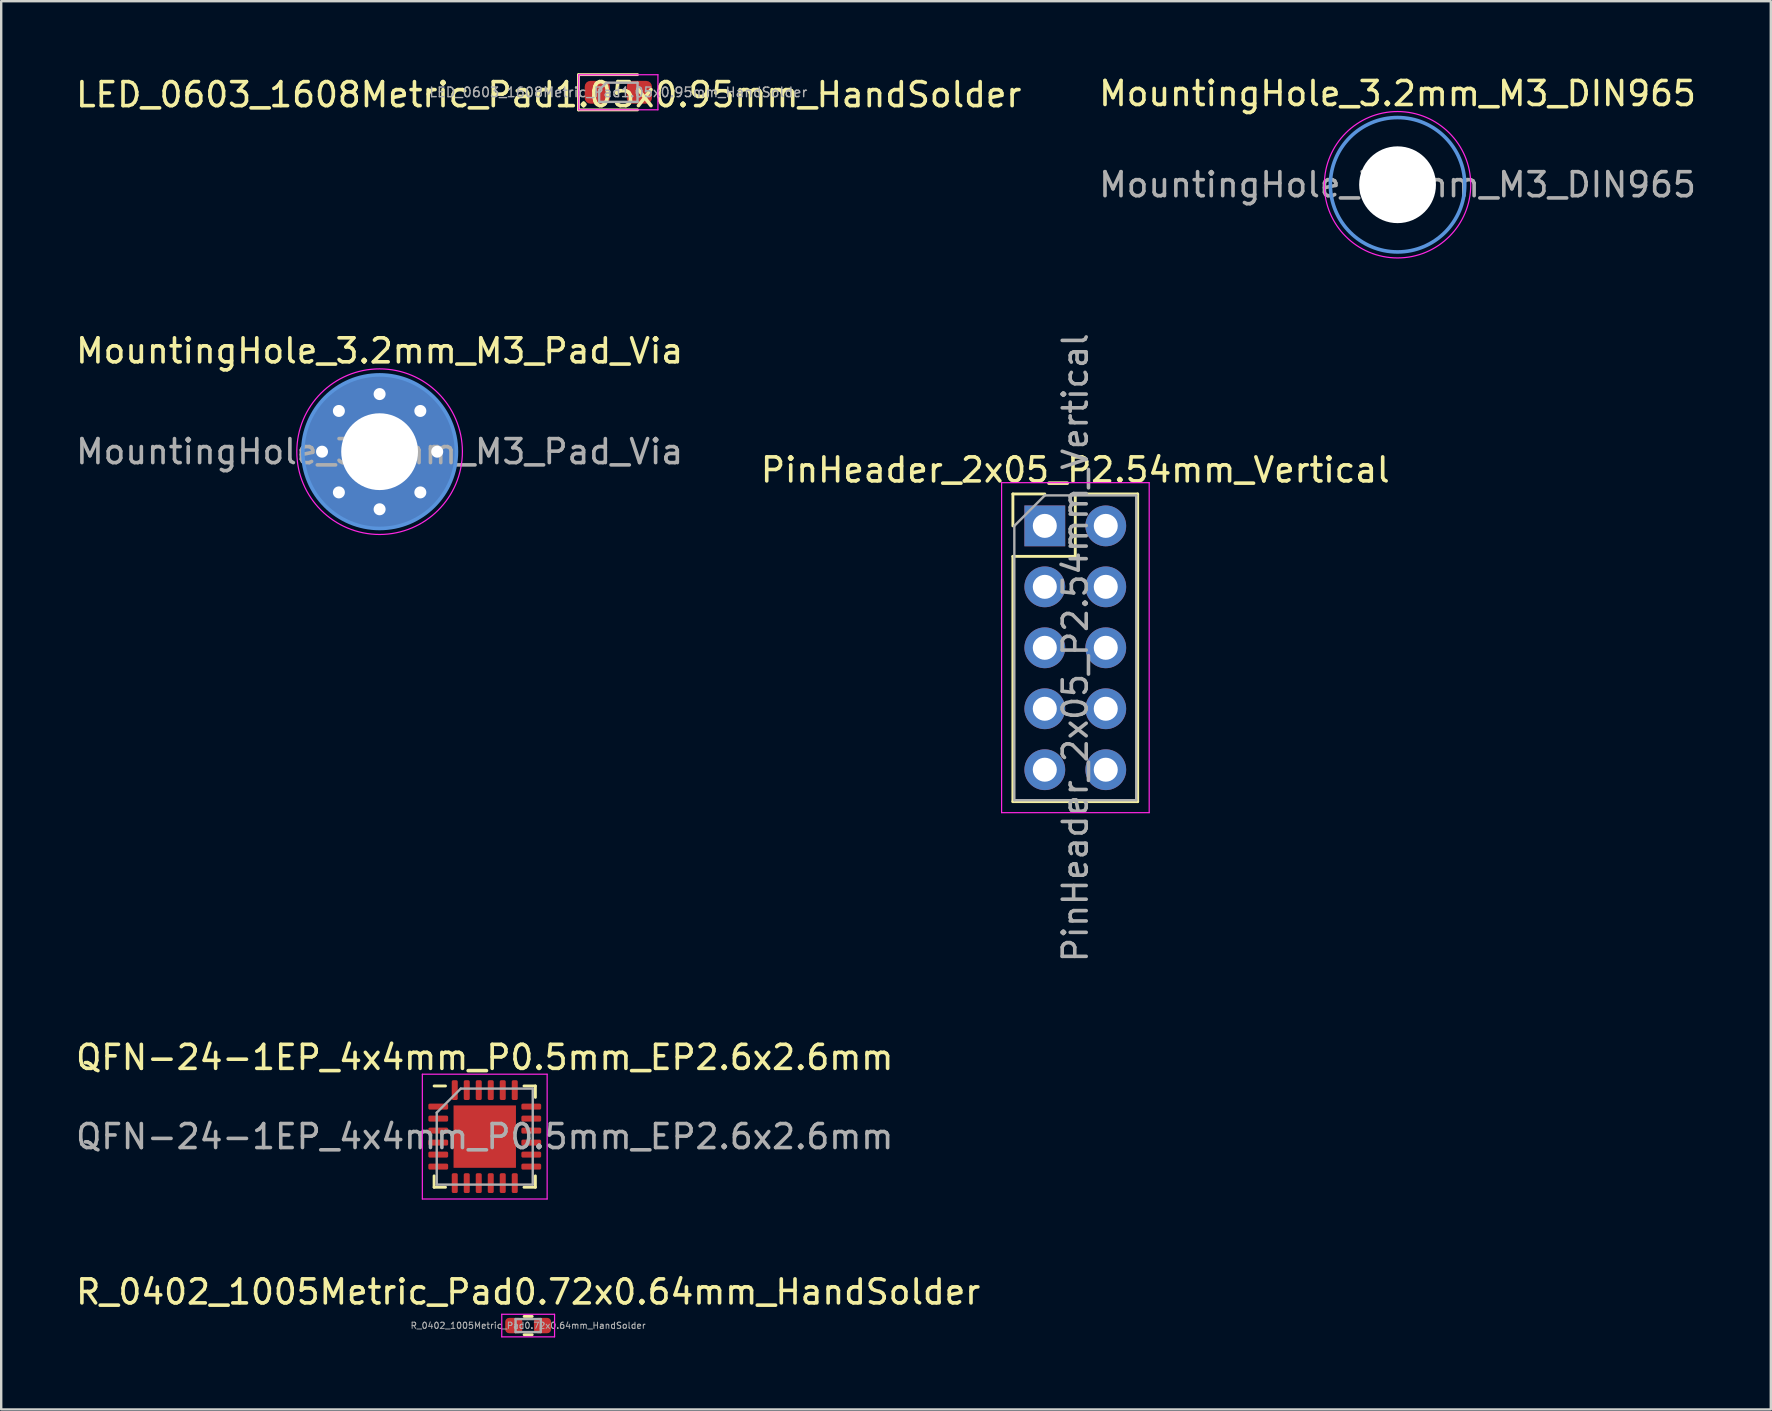
<source format=kicad_pcb>
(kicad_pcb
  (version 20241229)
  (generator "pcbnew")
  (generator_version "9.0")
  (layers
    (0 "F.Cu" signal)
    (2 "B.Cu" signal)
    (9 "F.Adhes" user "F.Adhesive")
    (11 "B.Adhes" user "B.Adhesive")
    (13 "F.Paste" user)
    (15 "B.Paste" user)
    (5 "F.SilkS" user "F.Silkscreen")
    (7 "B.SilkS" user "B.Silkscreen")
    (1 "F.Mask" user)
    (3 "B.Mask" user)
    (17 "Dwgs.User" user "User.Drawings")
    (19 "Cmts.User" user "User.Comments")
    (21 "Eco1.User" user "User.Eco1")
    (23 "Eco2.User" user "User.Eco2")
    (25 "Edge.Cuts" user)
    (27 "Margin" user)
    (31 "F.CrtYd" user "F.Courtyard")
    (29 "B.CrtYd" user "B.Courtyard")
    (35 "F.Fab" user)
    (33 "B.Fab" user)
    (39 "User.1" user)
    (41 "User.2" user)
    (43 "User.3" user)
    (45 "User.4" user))
  (footprint "QFN-24-1EP_4x4mm_P0.5mm_EP2.6x2.6mm"
    (layer "F.Cu")
    (at 17.149 44.312)
    (property "Reference" "QFN-24-1EP_4x4mm_P0.5mm_EP2.6x2.6mm" (at 0 -3.3 0) (layer "F.SilkS") (effects (font (size 1 1) (thickness 0.15))))
    (attr smd)
    (fp_line (start -2.11 2.11) (end -2.11 1.635) (stroke (width 0.12) (type solid)) (layer "F.SilkS"))
    (fp_line (start -1.635 -2.11) (end -2.11 -2.11) (stroke (width 0.12) (type solid)) (layer "F.SilkS"))
    (fp_line (start -1.635 2.11) (end -2.11 2.11) (stroke (width 0.12) (type solid)) (layer "F.SilkS"))
    (fp_line (start 1.635 -2.11) (end 2.11 -2.11) (stroke (width 0.12) (type solid)) (layer "F.SilkS"))
    (fp_line (start 1.635 2.11) (end 2.11 2.11) (stroke (width 0.12) (type solid)) (layer "F.SilkS"))
    (fp_line (start 2.11 -2.11) (end 2.11 -1.635) (stroke (width 0.12) (type solid)) (layer "F.SilkS"))
    (fp_line (start 2.11 2.11) (end 2.11 1.635) (stroke (width 0.12) (type solid)) (layer "F.SilkS"))
    (fp_line (start -2.6 -2.6) (end -2.6 2.6) (stroke (width 0.05) (type solid)) (layer "F.CrtYd"))
    (fp_line (start -2.6 2.6) (end 2.6 2.6) (stroke (width 0.05) (type solid)) (layer "F.CrtYd"))
    (fp_line (start 2.6 -2.6) (end -2.6 -2.6) (stroke (width 0.05) (type solid)) (layer "F.CrtYd"))
    (fp_line (start 2.6 2.6) (end 2.6 -2.6) (stroke (width 0.05) (type solid)) (layer "F.CrtYd"))
    (fp_line (start -2 -1) (end -1 -2) (stroke (width 0.1) (type solid)) (layer "F.Fab"))
    (fp_line (start -2 2) (end -2 -1) (stroke (width 0.1) (type solid)) (layer "F.Fab"))
    (fp_line (start -1 -2) (end 2 -2) (stroke (width 0.1) (type solid)) (layer "F.Fab"))
    (fp_line (start 2 -2) (end 2 2) (stroke (width 0.1) (type solid)) (layer "F.Fab"))
    (fp_line (start 2 2) (end -2 2) (stroke (width 0.1) (type solid)) (layer "F.Fab"))
    (fp_text user "${REFERENCE}" (at 0 0 0) (layer "F.Fab") (effects (font (size 1 1) (thickness 0.15))))
    (pad "" smd roundrect (at -0.65 -0.65) (size 1.05 1.05) (layers "F.Paste") (roundrect_rratio 0.238))
    (pad "" smd roundrect (at -0.65 0.65) (size 1.05 1.05) (layers "F.Paste") (roundrect_rratio 0.238))
    (pad "" smd roundrect (at 0.65 -0.65) (size 1.05 1.05) (layers "F.Paste") (roundrect_rratio 0.238))
    (pad "" smd roundrect (at 0.65 0.65) (size 1.05 1.05) (layers "F.Paste") (roundrect_rratio 0.238))
    (pad "1" smd roundrect (at -1.938 -1.25) (size 0.825 0.25) (layers "F.Cu" "F.Mask" "F.Paste") (roundrect_rratio 0.25))
    (pad "2" smd roundrect (at -1.938 -0.75) (size 0.825 0.25) (layers "F.Cu" "F.Mask" "F.Paste") (roundrect_rratio 0.25))
    (pad "3" smd roundrect (at -1.938 -0.25) (size 0.825 0.25) (layers "F.Cu" "F.Mask" "F.Paste") (roundrect_rratio 0.25))
    (pad "4" smd roundrect (at -1.938 0.25) (size 0.825 0.25) (layers "F.Cu" "F.Mask" "F.Paste") (roundrect_rratio 0.25))
    (pad "5" smd roundrect (at -1.938 0.75) (size 0.825 0.25) (layers "F.Cu" "F.Mask" "F.Paste") (roundrect_rratio 0.25))
    (pad "6" smd roundrect (at -1.938 1.25) (size 0.825 0.25) (layers "F.Cu" "F.Mask" "F.Paste") (roundrect_rratio 0.25))
    (pad "7" smd roundrect (at -1.25 1.938) (size 0.25 0.825) (layers "F.Cu" "F.Mask" "F.Paste") (roundrect_rratio 0.25))
    (pad "8" smd roundrect (at -0.75 1.938) (size 0.25 0.825) (layers "F.Cu" "F.Mask" "F.Paste") (roundrect_rratio 0.25))
    (pad "9" smd roundrect (at -0.25 1.938) (size 0.25 0.825) (layers "F.Cu" "F.Mask" "F.Paste") (roundrect_rratio 0.25))
    (pad "10" smd roundrect (at 0.25 1.938) (size 0.25 0.825) (layers "F.Cu" "F.Mask" "F.Paste") (roundrect_rratio 0.25))
    (pad "11" smd roundrect (at 0.75 1.938) (size 0.25 0.825) (layers "F.Cu" "F.Mask" "F.Paste") (roundrect_rratio 0.25))
    (pad "12" smd roundrect (at 1.25 1.938) (size 0.25 0.825) (layers "F.Cu" "F.Mask" "F.Paste") (roundrect_rratio 0.25))
    (pad "13" smd roundrect (at 1.938 1.25) (size 0.825 0.25) (layers "F.Cu" "F.Mask" "F.Paste") (roundrect_rratio 0.25))
    (pad "14" smd roundrect (at 1.938 0.75) (size 0.825 0.25) (layers "F.Cu" "F.Mask" "F.Paste") (roundrect_rratio 0.25))
    (pad "15" smd roundrect (at 1.938 0.25) (size 0.825 0.25) (layers "F.Cu" "F.Mask" "F.Paste") (roundrect_rratio 0.25))
    (pad "16" smd roundrect (at 1.938 -0.25) (size 0.825 0.25) (layers "F.Cu" "F.Mask" "F.Paste") (roundrect_rratio 0.25))
    (pad "17" smd roundrect (at 1.938 -0.75) (size 0.825 0.25) (layers "F.Cu" "F.Mask" "F.Paste") (roundrect_rratio 0.25))
    (pad "18" smd roundrect (at 1.938 -1.25) (size 0.825 0.25) (layers "F.Cu" "F.Mask" "F.Paste") (roundrect_rratio 0.25))
    (pad "19" smd roundrect (at 1.25 -1.938) (size 0.25 0.825) (layers "F.Cu" "F.Mask" "F.Paste") (roundrect_rratio 0.25))
    (pad "20" smd roundrect (at 0.75 -1.938) (size 0.25 0.825) (layers "F.Cu" "F.Mask" "F.Paste") (roundrect_rratio 0.25))
    (pad "21" smd roundrect (at 0.25 -1.938) (size 0.25 0.825) (layers "F.Cu" "F.Mask" "F.Paste") (roundrect_rratio 0.25))
    (pad "22" smd roundrect (at -0.25 -1.938) (size 0.25 0.825) (layers "F.Cu" "F.Mask" "F.Paste") (roundrect_rratio 0.25))
    (pad "23" smd roundrect (at -0.75 -1.938) (size 0.25 0.825) (layers "F.Cu" "F.Mask" "F.Paste") (roundrect_rratio 0.25))
    (pad "24" smd roundrect (at -1.25 -1.938) (size 0.25 0.825) (layers "F.Cu" "F.Mask" "F.Paste") (roundrect_rratio 0.25))
    (pad "25" smd rect (at 0 0) (size 2.6 2.6) (layers "F.Cu" "F.Mask")))
  (footprint "PinHeader_2x05_P2.54mm_Vertical"
    (layer "F.Cu")
    (at 40.486 18.863)
    (property "Reference" "PinHeader_2x05_P2.54mm_Vertical" (at 1.27 -2.33 0) (layer "F.SilkS") (effects (font (size 1 1) (thickness 0.15))))
    (attr through_hole)
    (fp_line (start -1.33 -1.33) (end 0 -1.33) (stroke (width 0.12) (type solid)) (layer "F.SilkS"))
    (fp_line (start -1.33 0) (end -1.33 -1.33) (stroke (width 0.12) (type solid)) (layer "F.SilkS"))
    (fp_line (start -1.33 1.27) (end -1.33 11.49) (stroke (width 0.12) (type solid)) (layer "F.SilkS"))
    (fp_line (start -1.33 1.27) (end 1.27 1.27) (stroke (width 0.12) (type solid)) (layer "F.SilkS"))
    (fp_line (start -1.33 11.49) (end 3.87 11.49) (stroke (width 0.12) (type solid)) (layer "F.SilkS"))
    (fp_line (start 1.27 -1.33) (end 3.87 -1.33) (stroke (width 0.12) (type solid)) (layer "F.SilkS"))
    (fp_line (start 1.27 1.27) (end 1.27 -1.33) (stroke (width 0.12) (type solid)) (layer "F.SilkS"))
    (fp_line (start 3.87 -1.33) (end 3.87 11.49) (stroke (width 0.12) (type solid)) (layer "F.SilkS"))
    (fp_line (start -1.8 -1.8) (end -1.8 11.95) (stroke (width 0.05) (type solid)) (layer "F.CrtYd"))
    (fp_line (start -1.8 11.95) (end 4.35 11.95) (stroke (width 0.05) (type solid)) (layer "F.CrtYd"))
    (fp_line (start 4.35 -1.8) (end -1.8 -1.8) (stroke (width 0.05) (type solid)) (layer "F.CrtYd"))
    (fp_line (start 4.35 11.95) (end 4.35 -1.8) (stroke (width 0.05) (type solid)) (layer "F.CrtYd"))
    (fp_line (start -1.27 0) (end 0 -1.27) (stroke (width 0.1) (type solid)) (layer "F.Fab"))
    (fp_line (start -1.27 11.43) (end -1.27 0) (stroke (width 0.1) (type solid)) (layer "F.Fab"))
    (fp_line (start 0 -1.27) (end 3.81 -1.27) (stroke (width 0.1) (type solid)) (layer "F.Fab"))
    (fp_line (start 3.81 -1.27) (end 3.81 11.43) (stroke (width 0.1) (type solid)) (layer "F.Fab"))
    (fp_line (start 3.81 11.43) (end -1.27 11.43) (stroke (width 0.1) (type solid)) (layer "F.Fab"))
    (fp_text user "${REFERENCE}" (at 1.27 5.08 90) (layer "F.Fab") (effects (font (size 1 1) (thickness 0.15))))
    (pad "1" thru_hole rect (at 0 0) (size 1.7 1.7) (drill 1) (layers "*.Cu" "*.Mask"))
    (pad "2" thru_hole oval (at 2.54 0) (size 1.7 1.7) (drill 1) (layers "*.Cu" "*.Mask"))
    (pad "3" thru_hole oval (at 0 2.54) (size 1.7 1.7) (drill 1) (layers "*.Cu" "*.Mask"))
    (pad "4" thru_hole oval (at 2.54 2.54) (size 1.7 1.7) (drill 1) (layers "*.Cu" "*.Mask"))
    (pad "5" thru_hole oval (at 0 5.08) (size 1.7 1.7) (drill 1) (layers "*.Cu" "*.Mask"))
    (pad "6" thru_hole oval (at 2.54 5.08) (size 1.7 1.7) (drill 1) (layers "*.Cu" "*.Mask"))
    (pad "7" thru_hole oval (at 0 7.62) (size 1.7 1.7) (drill 1) (layers "*.Cu" "*.Mask"))
    (pad "8" thru_hole oval (at 2.54 7.62) (size 1.7 1.7) (drill 1) (layers "*.Cu" "*.Mask"))
    (pad "9" thru_hole oval (at 0 10.16) (size 1.7 1.7) (drill 1) (layers "*.Cu" "*.Mask"))
    (pad "10" thru_hole oval (at 2.54 10.16) (size 1.7 1.7) (drill 1) (layers "*.Cu" "*.Mask")))
  (footprint "MountingHole_3.2mm_M3_DIN965"
    (layer "F.Cu")
    (at 55.185 4.648)
    (property "Reference" "MountingHole_3.2mm_M3_DIN965" (at 0 -3.8 0) (layer "F.SilkS") (effects (font (size 1 1) (thickness 0.15))))
    (attr exclude_from_pos_files)
    (fp_circle (center 0 0) (end 2.8 0) (stroke (width 0.15) (type solid)) (fill no) (layer "Cmts.User"))
    (fp_circle (center 0 0) (end 3.05 0) (stroke (width 0.05) (type solid)) (fill no) (layer "F.CrtYd"))
    (fp_text user "${REFERENCE}" (at 0 0 0) (layer "F.Fab") (effects (font (size 1 1) (thickness 0.15))))
    (pad "" np_thru_hole circle (at 0 0) (size 3.2 3.2) (drill 3.2) (layers "*.Cu" "*.Mask")))
  (footprint "R_0402_1005Metric_Pad0.72x0.64mm_HandSolder"
    (layer "F.Cu")
    (at 18.958 52.185)
    (property "Reference" "R_0402_1005Metric_Pad0.72x0.64mm_HandSolder" (at 0 -1.4 180) (layer "F.SilkS") (effects (font (size 1 1) (thickness 0.15))))
    (attr smd)
    (fp_line (start -0.168 -0.38) (end 0.168 -0.38) (stroke (width 0.12) (type solid)) (layer "F.SilkS"))
    (fp_line (start -0.168 0.38) (end 0.168 0.38) (stroke (width 0.12) (type solid)) (layer "F.SilkS"))
    (fp_line (start -1.1 -0.47) (end 1.1 -0.47) (stroke (width 0.05) (type solid)) (layer "F.CrtYd"))
    (fp_line (start -1.1 0.47) (end -1.1 -0.47) (stroke (width 0.05) (type solid)) (layer "F.CrtYd"))
    (fp_line (start 1.1 -0.47) (end 1.1 0.47) (stroke (width 0.05) (type solid)) (layer "F.CrtYd"))
    (fp_line (start 1.1 0.47) (end -1.1 0.47) (stroke (width 0.05) (type solid)) (layer "F.CrtYd"))
    (fp_line (start -0.525 -0.27) (end 0.525 -0.27) (stroke (width 0.1) (type solid)) (layer "F.Fab"))
    (fp_line (start -0.525 0.27) (end -0.525 -0.27) (stroke (width 0.1) (type solid)) (layer "F.Fab"))
    (fp_line (start 0.525 -0.27) (end 0.525 0.27) (stroke (width 0.1) (type solid)) (layer "F.Fab"))
    (fp_line (start 0.525 0.27) (end -0.525 0.27) (stroke (width 0.1) (type solid)) (layer "F.Fab"))
    (fp_text user "${REFERENCE}" (at 0 0 180) (layer "F.Fab") (effects (font (size 0.26 0.26) (thickness 0.04))))
    (pad "1" smd roundrect (at -0.598 0) (size 0.715 0.64) (layers "F.Cu" "F.Mask" "F.Paste") (roundrect_rratio 0.25))
    (pad "2" smd roundrect (at 0.598 0) (size 0.715 0.64) (layers "F.Cu" "F.Mask" "F.Paste") (roundrect_rratio 0.25)))
  (footprint "LED_0603_1608Metric_Pad1.05x0.95mm_HandSolder"
    (layer "F.Cu")
    (at 22.715 0.795)
    (property "Reference" "LED_0603_1608Metric_Pad1.05x0.95mm_HandSolder" (at -2.9 0.1 0) (layer "F.SilkS") (effects (font (size 1 1) (thickness 0.15))))
    (attr smd)
    (fp_line (start -1.66 -0.735) (end -1.66 0.735) (stroke (width 0.12) (type solid)) (layer "F.SilkS"))
    (fp_line (start -1.66 0.735) (end 0.8 0.735) (stroke (width 0.12) (type solid)) (layer "F.SilkS"))
    (fp_line (start 0.8 -0.735) (end -1.66 -0.735) (stroke (width 0.12) (type solid)) (layer "F.SilkS"))
    (fp_line (start -1.65 -0.73) (end 1.65 -0.73) (stroke (width 0.05) (type solid)) (layer "F.CrtYd"))
    (fp_line (start -1.65 0.73) (end -1.65 -0.73) (stroke (width 0.05) (type solid)) (layer "F.CrtYd"))
    (fp_line (start 1.65 -0.73) (end 1.65 0.73) (stroke (width 0.05) (type solid)) (layer "F.CrtYd"))
    (fp_line (start 1.65 0.73) (end -1.65 0.73) (stroke (width 0.05) (type solid)) (layer "F.CrtYd"))
    (fp_line (start -0.8 -0.1) (end -0.8 0.4) (stroke (width 0.1) (type solid)) (layer "F.Fab"))
    (fp_line (start -0.8 0.4) (end 0.8 0.4) (stroke (width 0.1) (type solid)) (layer "F.Fab"))
    (fp_line (start -0.5 -0.4) (end -0.8 -0.1) (stroke (width 0.1) (type solid)) (layer "F.Fab"))
    (fp_line (start 0.8 -0.4) (end -0.5 -0.4) (stroke (width 0.1) (type solid)) (layer "F.Fab"))
    (fp_line (start 0.8 0.4) (end 0.8 -0.4) (stroke (width 0.1) (type solid)) (layer "F.Fab"))
    (fp_text user "${REFERENCE}" (at 0 0 0) (layer "F.Fab") (effects (font (size 0.4 0.4) (thickness 0.06))))
    (pad "1" smd roundrect (at -0.875 0) (size 1.05 0.95) (layers "F.Cu" "F.Mask" "F.Paste") (roundrect_rratio 0.25))
    (pad "2" smd roundrect (at 0.875 0) (size 1.05 0.95) (layers "F.Cu" "F.Mask" "F.Paste") (roundrect_rratio 0.25)))
  (footprint "MountingHole_3.2mm_M3_Pad_Via"
    (layer "F.Cu")
    (at 12.768 15.771)
    (property "Reference" "MountingHole_3.2mm_M3_Pad_Via" (at 0 -4.2 0) (layer "F.SilkS") (effects (font (size 1 1) (thickness 0.15))))
    (attr exclude_from_pos_files)
    (fp_circle (center 0 0) (end 3.2 0) (stroke (width 0.15) (type solid)) (fill no) (layer "Cmts.User"))
    (fp_circle (center 0 0) (end 3.45 0) (stroke (width 0.05) (type solid)) (fill no) (layer "F.CrtYd"))
    (fp_text user "${REFERENCE}" (at 0 0 0) (layer "F.Fab") (effects (font (size 1 1) (thickness 0.15))))
    (pad "1" thru_hole circle (at -2.4 0) (size 0.8 0.8) (drill 0.5) (layers "*.Cu" "*.Mask"))
    (pad "1" thru_hole circle (at -1.697 -1.697) (size 0.8 0.8) (drill 0.5) (layers "*.Cu" "*.Mask"))
    (pad "1" thru_hole circle (at -1.697 1.697) (size 0.8 0.8) (drill 0.5) (layers "*.Cu" "*.Mask"))
    (pad "1" thru_hole circle (at 0 -2.4) (size 0.8 0.8) (drill 0.5) (layers "*.Cu" "*.Mask"))
    (pad "1" thru_hole circle (at 0 0) (size 6.4 6.4) (drill 3.2) (layers "*.Cu" "*.Mask"))
    (pad "1" thru_hole circle (at 0 2.4) (size 0.8 0.8) (drill 0.5) (layers "*.Cu" "*.Mask"))
    (pad "1" thru_hole circle (at 1.697 -1.697) (size 0.8 0.8) (drill 0.5) (layers "*.Cu" "*.Mask"))
    (pad "1" thru_hole circle (at 1.697 1.697) (size 0.8 0.8) (drill 0.5) (layers "*.Cu" "*.Mask"))
    (pad "1" thru_hole circle (at 2.4 0) (size 0.8 0.8) (drill 0.5) (layers "*.Cu" "*.Mask")))
  (gr_rect
    (start -3 -3)
    (end 70.738 55.68)
    (stroke (width 0.1) (type default))
    (fill no)
    (layer "Edge.Cuts")))
</source>
